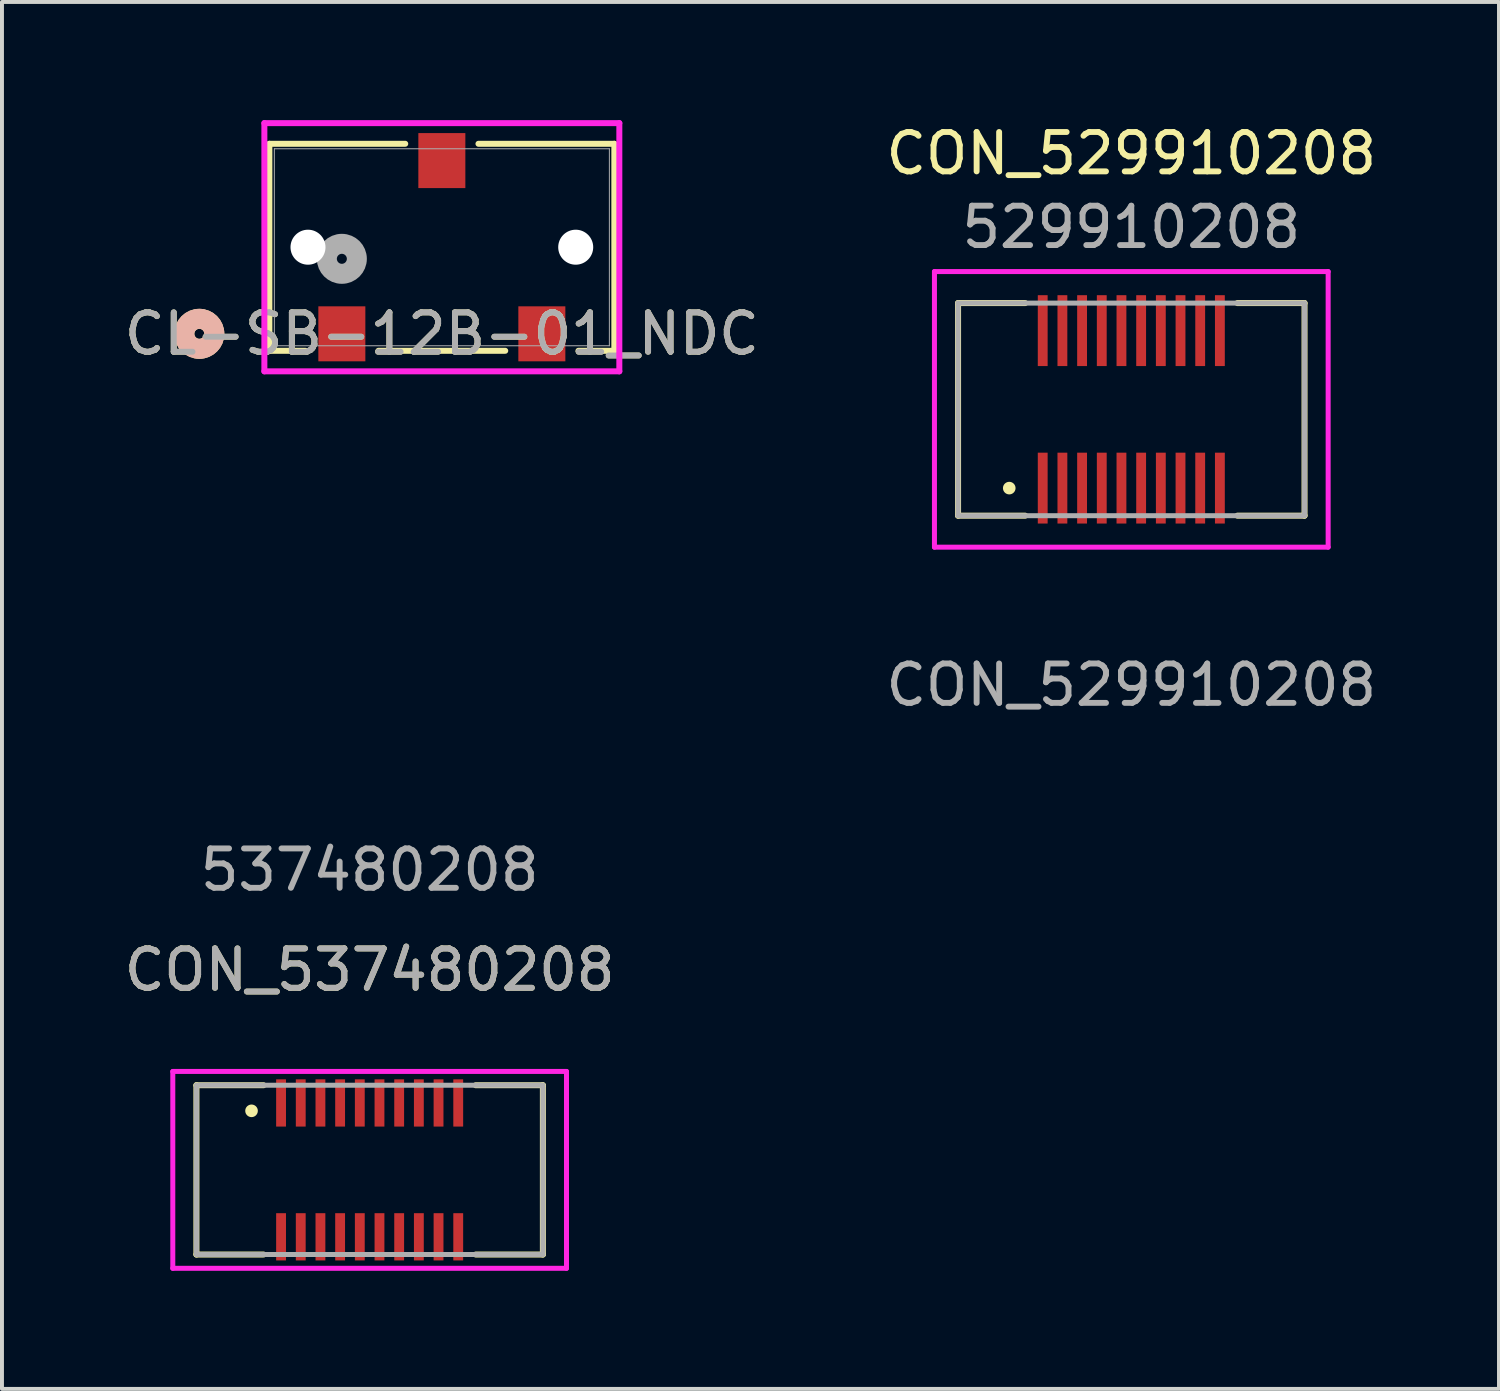
<source format=kicad_pcb>
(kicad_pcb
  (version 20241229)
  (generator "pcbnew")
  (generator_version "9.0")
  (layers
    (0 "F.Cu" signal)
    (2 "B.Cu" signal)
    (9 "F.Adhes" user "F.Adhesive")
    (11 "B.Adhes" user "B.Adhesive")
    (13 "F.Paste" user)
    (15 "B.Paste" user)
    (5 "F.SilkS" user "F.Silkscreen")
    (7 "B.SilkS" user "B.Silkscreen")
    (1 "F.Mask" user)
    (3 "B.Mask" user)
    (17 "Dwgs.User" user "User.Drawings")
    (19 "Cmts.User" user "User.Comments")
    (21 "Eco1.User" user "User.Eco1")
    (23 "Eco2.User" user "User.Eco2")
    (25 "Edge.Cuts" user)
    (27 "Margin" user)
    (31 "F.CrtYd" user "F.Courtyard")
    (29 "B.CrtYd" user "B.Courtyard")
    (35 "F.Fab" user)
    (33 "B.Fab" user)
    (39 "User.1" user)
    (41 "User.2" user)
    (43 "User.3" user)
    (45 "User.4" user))
  (footprint "CON_529910208"
    (layer "F.Cu")
    (at 25.685 7.348)
    (property "Reference" "CON_529910208" (at 0 -6.5 0) (unlocked yes) (layer "F.SilkS") (effects (font (size 1 1) (thickness 0.15))))
    (attr smd)
    (fp_line (start -4.4 -2.7) (end -4.4 2.7) (stroke (width 0.152) (type solid)) (layer "F.SilkS"))
    (fp_line (start -4.4 2.7) (end -2.695 2.7) (stroke (width 0.152) (type solid)) (layer "F.SilkS"))
    (fp_line (start -2.695 -2.7) (end -4.4 -2.7) (stroke (width 0.152) (type solid)) (layer "F.SilkS"))
    (fp_line (start 2.695 2.7) (end 4.4 2.7) (stroke (width 0.152) (type solid)) (layer "F.SilkS"))
    (fp_line (start 4.4 -2.7) (end 2.695 -2.7) (stroke (width 0.152) (type solid)) (layer "F.SilkS"))
    (fp_line (start 4.4 2.7) (end 4.4 -2.7) (stroke (width 0.152) (type solid)) (layer "F.SilkS"))
    (fp_circle (center -3.1 2) (end -3 2) (stroke (width 0.12) (type solid)) (fill yes) (layer "F.SilkS"))
    (fp_line (start -5 -3.5) (end -5 3.5) (stroke (width 0.127) (type solid)) (layer "F.CrtYd"))
    (fp_line (start -5 3.5) (end 5 3.5) (stroke (width 0.127) (type solid)) (layer "F.CrtYd"))
    (fp_line (start 5 -3.5) (end -5 -3.5) (stroke (width 0.127) (type solid)) (layer "F.CrtYd"))
    (fp_line (start 5 3.5) (end 5 -3.5) (stroke (width 0.127) (type solid)) (layer "F.CrtYd"))
    (fp_line (start -4.4 -2.7) (end -4.4 2.7) (stroke (width 0.127) (type solid)) (layer "F.Fab"))
    (fp_line (start -4.4 2.7) (end 4.4 2.7) (stroke (width 0.127) (type solid)) (layer "F.Fab"))
    (fp_line (start 4.4 -2.7) (end -4.4 -2.7) (stroke (width 0.127) (type solid)) (layer "F.Fab"))
    (fp_line (start 4.4 2.7) (end 4.4 -2.7) (stroke (width 0.127) (type solid)) (layer "F.Fab"))
    (fp_text user "${REFERENCE}" (at 0 7 0) (unlocked yes) (layer "F.Fab") (effects (font (size 1 1) (thickness 0.15))))
    (fp_text user "529910208" (at 0 -4.628 0) (unlocked yes) (layer "F.Fab") (effects (font (size 1 1) (thickness 0.15))))
    (pad "1" smd rect (at -2.25 2) (size 0.25 1.8) (layers "F.Cu" "F.Mask" "F.Paste"))
    (pad "2" smd rect (at -1.75 2) (size 0.25 1.8) (layers "F.Cu" "F.Mask" "F.Paste"))
    (pad "3" smd rect (at -1.25 2) (size 0.25 1.8) (layers "F.Cu" "F.Mask" "F.Paste"))
    (pad "4" smd rect (at -0.75 2) (size 0.25 1.8) (layers "F.Cu" "F.Mask" "F.Paste"))
    (pad "5" smd rect (at -0.25 2) (size 0.25 1.8) (layers "F.Cu" "F.Mask" "F.Paste"))
    (pad "6" smd rect (at 0.25 2) (size 0.25 1.8) (layers "F.Cu" "F.Mask" "F.Paste"))
    (pad "7" smd rect (at 0.75 2) (size 0.25 1.8) (layers "F.Cu" "F.Mask" "F.Paste"))
    (pad "8" smd rect (at 1.25 2) (size 0.25 1.8) (layers "F.Cu" "F.Mask" "F.Paste"))
    (pad "9" smd rect (at 1.75 2) (size 0.25 1.8) (layers "F.Cu" "F.Mask" "F.Paste"))
    (pad "10" smd rect (at 2.25 2) (size 0.25 1.8) (layers "F.Cu" "F.Mask" "F.Paste"))
    (pad "11" smd rect (at -2.25 -2) (size 0.25 1.8) (layers "F.Cu" "F.Mask" "F.Paste"))
    (pad "12" smd rect (at -1.75 -2) (size 0.25 1.8) (layers "F.Cu" "F.Mask" "F.Paste"))
    (pad "13" smd rect (at -1.25 -2) (size 0.25 1.8) (layers "F.Cu" "F.Mask" "F.Paste"))
    (pad "14" smd rect (at -0.75 -2) (size 0.25 1.8) (layers "F.Cu" "F.Mask" "F.Paste"))
    (pad "15" smd rect (at -0.25 -2) (size 0.25 1.8) (layers "F.Cu" "F.Mask" "F.Paste"))
    (pad "16" smd rect (at 0.25 -2) (size 0.25 1.8) (layers "F.Cu" "F.Mask" "F.Paste"))
    (pad "17" smd rect (at 0.75 -2) (size 0.25 1.8) (layers "F.Cu" "F.Mask" "F.Paste"))
    (pad "18" smd rect (at 1.25 -2) (size 0.25 1.8) (layers "F.Cu" "F.Mask" "F.Paste"))
    (pad "19" smd rect (at 1.75 -2) (size 0.25 1.8) (layers "F.Cu" "F.Mask" "F.Paste"))
    (pad "20" smd rect (at 2.25 -2) (size 0.25 1.8) (layers "F.Cu" "F.Mask" "F.Paste")))
  (footprint "CL-SB-12B-01_NDC"
    (layer "F.Cu")
    (at 8.173 3.231)
    (property "Reference" "CL-SB-12B-01_NDC" (at 0 2.198 0) (unlocked yes) (layer "F.SilkS") (effects (font (size 1 1) (thickness 0.15))))
    (attr smd)
    (fp_line (start -4.381 -2.629) (end -4.381 2.629) (stroke (width 0.152) (type solid)) (layer "F.SilkS"))
    (fp_line (start -4.381 2.629) (end -3.47 2.629) (stroke (width 0.152) (type solid)) (layer "F.SilkS"))
    (fp_line (start -1.61 2.629) (end 1.61 2.629) (stroke (width 0.152) (type solid)) (layer "F.SilkS"))
    (fp_line (start -0.93 -2.629) (end -4.381 -2.629) (stroke (width 0.152) (type solid)) (layer "F.SilkS"))
    (fp_line (start 3.47 2.629) (end 4.381 2.629) (stroke (width 0.152) (type solid)) (layer "F.SilkS"))
    (fp_line (start 4.381 -2.629) (end 0.93 -2.629) (stroke (width 0.152) (type solid)) (layer "F.SilkS"))
    (fp_line (start 4.381 2.629) (end 4.381 -2.629) (stroke (width 0.152) (type solid)) (layer "F.SilkS"))
    (fp_circle (center -6.16 2.198) (end -5.779 2.198) (stroke (width 0.508) (type solid)) (fill no) (layer "F.SilkS"))
    (fp_circle (center -6.16 2.198) (end -5.779 2.198) (stroke (width 0.508) (type solid)) (fill no) (layer "B.SilkS"))
    (fp_line (start -4.508 -3.154) (end -4.508 3.151) (stroke (width 0.152) (type solid)) (layer "F.CrtYd"))
    (fp_line (start -4.508 3.151) (end 4.508 3.151) (stroke (width 0.152) (type solid)) (layer "F.CrtYd"))
    (fp_line (start 4.508 -3.154) (end -4.508 -3.154) (stroke (width 0.152) (type solid)) (layer "F.CrtYd"))
    (fp_line (start 4.508 3.151) (end 4.508 -3.154) (stroke (width 0.152) (type solid)) (layer "F.CrtYd"))
    (fp_line (start -4.255 -2.502) (end -4.255 2.502) (stroke (width 0.025) (type solid)) (layer "F.Fab"))
    (fp_line (start -4.255 2.502) (end 4.255 2.502) (stroke (width 0.025) (type solid)) (layer "F.Fab"))
    (fp_line (start 4.255 -2.502) (end -4.255 -2.502) (stroke (width 0.025) (type solid)) (layer "F.Fab"))
    (fp_line (start 4.255 2.502) (end 4.255 -2.502) (stroke (width 0.025) (type solid)) (layer "F.Fab"))
    (fp_circle (center -2.54 0.293) (end -2.159 0.293) (stroke (width 0.508) (type solid)) (fill no) (layer "F.Fab"))
    (fp_text user "${REFERENCE}" (at 0 2.198 0) (unlocked yes) (layer "F.Fab") (effects (font (size 1 1) (thickness 0.15))))
    (pad "" np_thru_hole circle (at -3.4 -0.002) (size 0.889 0.889) (drill 0.889) (layers "*.Cu" "*.Mask"))
    (pad "" np_thru_hole circle (at 3.4 -0.002) (size 0.889 0.889) (drill 0.889) (layers "*.Cu" "*.Mask"))
    (pad "1" smd rect (at -2.54 2.198) (size 1.194 1.397) (layers "F.Cu" "F.Mask" "F.Paste"))
    (pad "2" smd rect (at 0 -2.202) (size 1.194 1.397) (layers "F.Cu" "F.Mask" "F.Paste"))
    (pad "3" smd rect (at 2.54 2.198) (size 1.194 1.397) (layers "F.Cu" "F.Mask" "F.Paste")))
  (footprint "CON_537480208"
    (layer "F.Cu")
    (at 6.339 26.665)
    (property "Reference" "CON_537480208" (at 0 -5.08 0) (unlocked yes) (layer "F.SilkS") (effects (font (size 1 1) (thickness 0.15))))
    (attr smd)
    (fp_line (start -4.4 -2.15) (end -4.4 2.15) (stroke (width 0.152) (type solid)) (layer "F.SilkS"))
    (fp_line (start -4.4 2.15) (end -2.695 2.15) (stroke (width 0.152) (type solid)) (layer "F.SilkS"))
    (fp_line (start -2.695 -2.15) (end -4.4 -2.15) (stroke (width 0.152) (type solid)) (layer "F.SilkS"))
    (fp_line (start 2.695 2.15) (end 4.4 2.15) (stroke (width 0.152) (type solid)) (layer "F.SilkS"))
    (fp_line (start 4.4 -2.15) (end 2.695 -2.15) (stroke (width 0.152) (type solid)) (layer "F.SilkS"))
    (fp_line (start 4.4 2.15) (end 4.4 -2.15) (stroke (width 0.152) (type solid)) (layer "F.SilkS"))
    (fp_circle (center -3 -1.5) (end -2.9 -1.5) (stroke (width 0.12) (type solid)) (fill yes) (layer "F.SilkS"))
    (fp_line (start -5 -2.5) (end -5 2.5) (stroke (width 0.127) (type solid)) (layer "F.CrtYd"))
    (fp_line (start -5 2.5) (end 5 2.5) (stroke (width 0.127) (type solid)) (layer "F.CrtYd"))
    (fp_line (start 5 -2.5) (end -5 -2.5) (stroke (width 0.127) (type solid)) (layer "F.CrtYd"))
    (fp_line (start 5 2.5) (end 5 -2.5) (stroke (width 0.127) (type solid)) (layer "F.CrtYd"))
    (fp_line (start -4.4 -2.15) (end -4.4 2.15) (stroke (width 0.127) (type solid)) (layer "F.Fab"))
    (fp_line (start -4.4 2.15) (end 4.4 2.15) (stroke (width 0.127) (type solid)) (layer "F.Fab"))
    (fp_line (start 4.4 -2.15) (end -4.4 -2.15) (stroke (width 0.127) (type solid)) (layer "F.Fab"))
    (fp_line (start 4.4 2.15) (end 4.4 -2.15) (stroke (width 0.127) (type solid)) (layer "F.Fab"))
    (fp_text user "${REFERENCE}" (at 0 -5.08 0) (unlocked yes) (layer "F.Fab") (effects (font (size 1 1) (thickness 0.15))))
    (fp_text user "537480208" (at 0 -7.62 0) (unlocked yes) (layer "F.Fab") (effects (font (size 1 1) (thickness 0.15))))
    (pad "1" smd rect (at -2.25 -1.7) (size 0.25 1.2) (layers "F.Cu" "F.Mask" "F.Paste"))
    (pad "2" smd rect (at -1.75 -1.7) (size 0.25 1.2) (layers "F.Cu" "F.Mask" "F.Paste"))
    (pad "3" smd rect (at -1.25 -1.7) (size 0.25 1.2) (layers "F.Cu" "F.Mask" "F.Paste"))
    (pad "4" smd rect (at -0.75 -1.7) (size 0.25 1.2) (layers "F.Cu" "F.Mask" "F.Paste"))
    (pad "5" smd rect (at -0.25 -1.7) (size 0.25 1.2) (layers "F.Cu" "F.Mask" "F.Paste"))
    (pad "6" smd rect (at 0.25 -1.7) (size 0.25 1.2) (layers "F.Cu" "F.Mask" "F.Paste"))
    (pad "7" smd rect (at 0.75 -1.7) (size 0.25 1.2) (layers "F.Cu" "F.Mask" "F.Paste"))
    (pad "8" smd rect (at 1.25 -1.7) (size 0.25 1.2) (layers "F.Cu" "F.Mask" "F.Paste"))
    (pad "9" smd rect (at 1.75 -1.7) (size 0.25 1.2) (layers "F.Cu" "F.Mask" "F.Paste"))
    (pad "10" smd rect (at 2.25 -1.7) (size 0.25 1.2) (layers "F.Cu" "F.Mask" "F.Paste"))
    (pad "11" smd rect (at -2.25 1.7) (size 0.25 1.2) (layers "F.Cu" "F.Mask" "F.Paste"))
    (pad "12" smd rect (at -1.75 1.7) (size 0.25 1.2) (layers "F.Cu" "F.Mask" "F.Paste"))
    (pad "13" smd rect (at -1.25 1.7) (size 0.25 1.2) (layers "F.Cu" "F.Mask" "F.Paste"))
    (pad "14" smd rect (at -0.75 1.7) (size 0.25 1.2) (layers "F.Cu" "F.Mask" "F.Paste"))
    (pad "15" smd rect (at -0.25 1.7) (size 0.25 1.2) (layers "F.Cu" "F.Mask" "F.Paste"))
    (pad "16" smd rect (at 0.25 1.7) (size 0.25 1.2) (layers "F.Cu" "F.Mask" "F.Paste"))
    (pad "17" smd rect (at 0.75 1.7) (size 0.25 1.2) (layers "F.Cu" "F.Mask" "F.Paste"))
    (pad "18" smd rect (at 1.25 1.7) (size 0.25 1.2) (layers "F.Cu" "F.Mask" "F.Paste"))
    (pad "19" smd rect (at 1.75 1.7) (size 0.25 1.2) (layers "F.Cu" "F.Mask" "F.Paste"))
    (pad "20" smd rect (at 2.25 1.7) (size 0.25 1.2) (layers "F.Cu" "F.Mask" "F.Paste")))
  (gr_rect
    (start -3 -3)
    (end 35.024 32.228)
    (stroke (width 0.1) (type default))
    (fill no)
    (layer "Edge.Cuts")))
</source>
